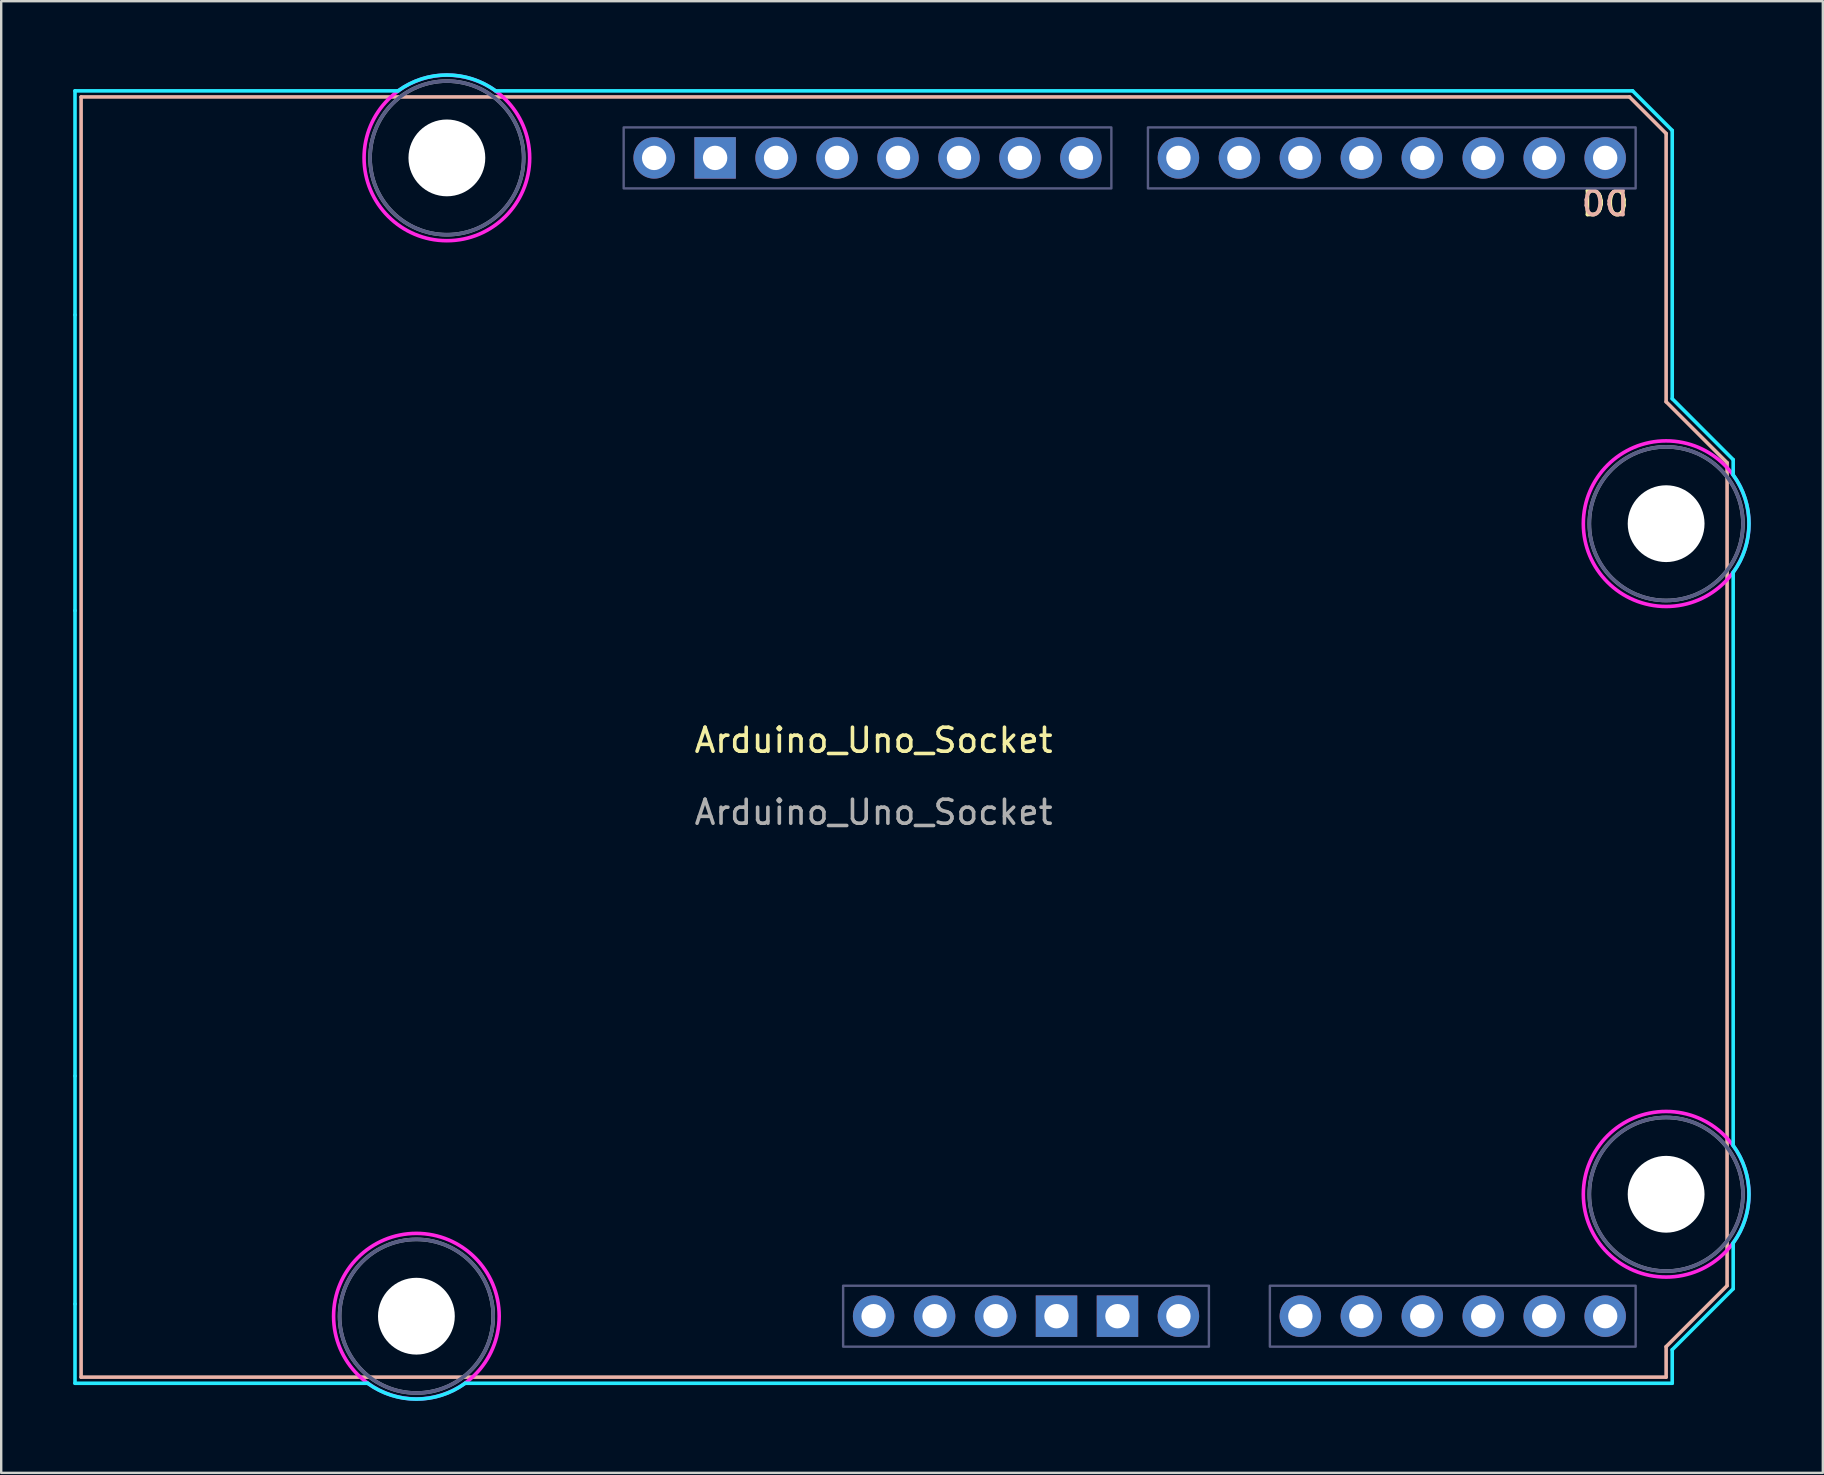
<source format=kicad_pcb>
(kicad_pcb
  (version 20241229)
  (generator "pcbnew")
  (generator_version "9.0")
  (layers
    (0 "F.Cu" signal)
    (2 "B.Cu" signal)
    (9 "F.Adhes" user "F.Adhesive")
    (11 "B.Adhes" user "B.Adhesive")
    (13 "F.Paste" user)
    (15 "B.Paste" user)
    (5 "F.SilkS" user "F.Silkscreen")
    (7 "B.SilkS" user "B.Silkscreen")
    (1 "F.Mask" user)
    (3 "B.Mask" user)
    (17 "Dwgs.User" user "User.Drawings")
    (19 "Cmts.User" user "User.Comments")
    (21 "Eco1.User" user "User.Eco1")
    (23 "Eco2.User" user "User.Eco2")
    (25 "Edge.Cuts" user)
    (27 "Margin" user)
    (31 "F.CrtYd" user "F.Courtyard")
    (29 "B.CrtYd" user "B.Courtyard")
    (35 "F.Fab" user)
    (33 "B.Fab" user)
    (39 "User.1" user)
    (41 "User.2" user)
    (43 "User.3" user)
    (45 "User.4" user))
  (footprint "Arduino_Uno_Socket"
    (layer "F.Cu")
    (at 33.349 28.294)
    (property "Reference" "Arduino_Uno_Socket" (at 0 -0.5 0) (unlocked yes) (layer "F.SilkS") (effects (font (size 1 1) (thickness 0.15))))
    (attr through_hole)
    (fp_line (start -33.02 -27.305) (end -33.02 26.035) (stroke (width 0.15) (type solid)) (layer "B.SilkS"))
    (fp_line (start -33.02 -27.305) (end 31.496 -27.305) (stroke (width 0.15) (type solid)) (layer "B.SilkS"))
    (fp_line (start -33.02 26.035) (end 33.02 26.035) (stroke (width 0.15) (type solid)) (layer "B.SilkS"))
    (fp_line (start 31.496 -27.305) (end 33.02 -25.781) (stroke (width 0.15) (type solid)) (layer "B.SilkS"))
    (fp_line (start 33.02 -14.605) (end 33.02 -25.781) (stroke (width 0.15) (type solid)) (layer "B.SilkS"))
    (fp_line (start 33.02 24.765) (end 35.56 22.225) (stroke (width 0.15) (type solid)) (layer "B.SilkS"))
    (fp_line (start 33.02 26.035) (end 33.02 24.765) (stroke (width 0.15) (type solid)) (layer "B.SilkS"))
    (fp_line (start 35.56 -12.065) (end 33.02 -14.605) (stroke (width 0.15) (type solid)) (layer "B.SilkS"))
    (fp_line (start 35.56 22.225) (end 35.56 -12.065) (stroke (width 0.15) (type solid)) (layer "B.SilkS"))
    (fp_line (start -33.274 -27.559) (end -33.274 -18.223) (stroke (width 0.15) (type solid)) (layer "B.CrtYd"))
    (fp_line (start -33.274 -5.905) (end -33.274 -18.223) (stroke (width 0.15) (type solid)) (layer "B.CrtYd"))
    (fp_line (start -33.274 -5.905) (end -33.274 13.487) (stroke (width 0.15) (type solid)) (layer "B.CrtYd"))
    (fp_line (start -33.274 13.487) (end -33.274 22.986) (stroke (width 0.15) (type solid)) (layer "B.CrtYd"))
    (fp_line (start -33.274 22.986) (end -33.274 26.289) (stroke (width 0.15) (type solid)) (layer "B.CrtYd"))
    (fp_line (start -21.082 26.289) (end -33.274 26.289) (stroke (width 0.15) (type solid)) (layer "B.CrtYd"))
    (fp_line (start -19.812 -27.559) (end -33.274 -27.559) (stroke (width 0.15) (type solid)) (layer "B.CrtYd"))
    (fp_line (start -17.018 26.289) (end 33.274 26.289) (stroke (width 0.15) (type solid)) (layer "B.CrtYd"))
    (fp_line (start -15.748 -27.559) (end 31.623 -27.559) (stroke (width 0.15) (type solid)) (layer "B.CrtYd"))
    (fp_line (start 31.623 -27.559) (end 33.274 -25.908) (stroke (width 0.15) (type solid)) (layer "B.CrtYd"))
    (fp_line (start 33.274 -14.732) (end 33.274 -25.908) (stroke (width 0.15) (type solid)) (layer "B.CrtYd"))
    (fp_line (start 33.274 24.892) (end 35.814 22.352) (stroke (width 0.15) (type solid)) (layer "B.CrtYd"))
    (fp_line (start 33.274 26.289) (end 33.274 24.892) (stroke (width 0.15) (type solid)) (layer "B.CrtYd"))
    (fp_line (start 35.814 -12.192) (end 33.274 -14.732) (stroke (width 0.15) (type solid)) (layer "B.CrtYd"))
    (fp_line (start 35.814 -12.192) (end 35.814 -11.557) (stroke (width 0.15) (type solid)) (layer "B.CrtYd"))
    (fp_line (start 35.814 16.383) (end 35.814 -7.493) (stroke (width 0.15) (type solid)) (layer "B.CrtYd"))
    (fp_line (start 35.814 20.447) (end 35.814 22.352) (stroke (width 0.15) (type solid)) (layer "B.CrtYd"))
    (fp_arc (start -19.812 -27.559) (mid -17.78 -28.219237) (end -15.748 -27.559) (stroke (width 0.15) (type solid)) (layer "B.CrtYd"))
    (fp_arc (start -17.018 26.289) (mid -19.05 26.949237) (end -21.082 26.289) (stroke (width 0.15) (type solid)) (layer "B.CrtYd"))
    (fp_arc (start 35.814 -11.557) (mid 36.474238 -9.525) (end 35.814 -7.493) (stroke (width 0.15) (type solid)) (layer "B.CrtYd"))
    (fp_arc (start 35.814 16.383) (mid 36.474238 18.415) (end 35.814 20.447) (stroke (width 0.15) (type solid)) (layer "B.CrtYd"))
    (fp_circle (center -19.05 23.495) (end -15.6 23.495) (stroke (width 0.15) (type solid)) (fill no) (layer "F.CrtYd"))
    (fp_circle (center -17.78 -24.765) (end -14.33 -24.765) (stroke (width 0.15) (type solid)) (fill no) (layer "F.CrtYd"))
    (fp_circle (center 33.02 -9.525) (end 36.47 -9.525) (stroke (width 0.15) (type solid)) (fill no) (layer "F.CrtYd"))
    (fp_circle (center 33.02 18.415) (end 36.47 18.415) (stroke (width 0.15) (type solid)) (fill no) (layer "F.CrtYd"))
    (fp_rect (start -10.414 -26.035) (end 9.906 -23.495) (stroke (width 0.1) (type solid)) (fill no) (layer "B.Fab"))
    (fp_rect (start -1.27 22.225) (end 13.97 24.765) (stroke (width 0.1) (type solid)) (fill no) (layer "B.Fab"))
    (fp_rect (start 11.43 -26.035) (end 31.75 -23.495) (stroke (width 0.1) (type solid)) (fill no) (layer "B.Fab"))
    (fp_rect (start 16.51 22.225) (end 31.75 24.765) (stroke (width 0.1) (type solid)) (fill no) (layer "B.Fab"))
    (fp_circle (center -19.05 23.495) (end -15.85 23.495) (stroke (width 0.15) (type solid)) (fill no) (layer "B.Fab"))
    (fp_circle (center -17.78 -24.765) (end -14.58 -24.765) (stroke (width 0.15) (type solid)) (fill no) (layer "B.Fab"))
    (fp_circle (center 33.02 -9.525) (end 36.22 -9.525) (stroke (width 0.15) (type solid)) (fill no) (layer "B.Fab"))
    (fp_circle (center 33.02 18.415) (end 36.22 18.415) (stroke (width 0.15) (type solid)) (fill no) (layer "B.Fab"))
    (fp_circle (center -19.05 23.495) (end -15.85 23.495) (stroke (width 0.15) (type solid)) (fill no) (layer "F.Fab"))
    (fp_circle (center -17.78 -24.765) (end -14.58 -24.765) (stroke (width 0.15) (type solid)) (fill no) (layer "F.Fab"))
    (fp_circle (center 33.02 -9.525) (end 36.22 -9.525) (stroke (width 0.15) (type solid)) (fill no) (layer "F.Fab"))
    (fp_circle (center 33.02 18.415) (end 36.22 18.415) (stroke (width 0.15) (type solid)) (fill no) (layer "F.Fab"))
    (fp_text user "D0" (at 30.48 -22.86 0) (unlocked yes) (layer "F.SilkS") (effects (font (size 1 1) (thickness 0.15))))
    (fp_text user "D0" (at 30.48 -22.86 0) (unlocked yes) (layer "B.SilkS") (effects (font (size 1 1) (thickness 0.15)) (justify mirror)))
    (fp_text user "${REFERENCE}" (at 0 2.5 0) (unlocked yes) (layer "F.Fab") (effects (font (size 1 1) (thickness 0.15))))
    (pad "" np_thru_hole circle (at -19.05 23.495) (size 3.2 3.2) (drill 3.2) (layers "*.Cu" "*.Mask"))
    (pad "" np_thru_hole circle (at -17.78 -24.765) (size 3.2 3.2) (drill 3.2) (layers "*.Cu" "*.Mask"))
    (pad "" np_thru_hole circle (at 33.02 -9.525) (size 3.2 3.2) (drill 3.2) (layers "*.Cu" "*.Mask"))
    (pad "" np_thru_hole circle (at 33.02 18.415) (size 3.2 3.2) (drill 3.2) (layers "*.Cu" "*.Mask"))
    (pad "3V3" thru_hole oval (at 2.54 23.495) (size 1.727 1.727) (drill 1.016) (layers "*.Cu" "*.Mask"))
    (pad "5V1" thru_hole oval (at 5.08 23.495) (size 1.727 1.727) (drill 1.016) (layers "*.Cu" "*.Mask"))
    (pad "A0" thru_hole oval (at 17.78 23.495) (size 1.727 1.727) (drill 1.016) (layers "*.Cu" "*.Mask"))
    (pad "A1" thru_hole oval (at 20.32 23.495) (size 1.727 1.727) (drill 1.016) (layers "*.Cu" "*.Mask"))
    (pad "A2" thru_hole oval (at 22.86 23.495) (size 1.727 1.727) (drill 1.016) (layers "*.Cu" "*.Mask"))
    (pad "A3" thru_hole oval (at 25.4 23.495) (size 1.727 1.727) (drill 1.016) (layers "*.Cu" "*.Mask"))
    (pad "A4" thru_hole oval (at 27.94 23.495) (size 1.727 1.727) (drill 1.016) (layers "*.Cu" "*.Mask"))
    (pad "A5" thru_hole oval (at 30.48 23.495) (size 1.727 1.727) (drill 1.016) (layers "*.Cu" "*.Mask"))
    (pad "AREF" thru_hole oval (at -9.144 -24.765) (size 1.727 1.727) (drill 1.016) (layers "*.Cu" "*.Mask"))
    (pad "D0" thru_hole oval (at 30.48 -24.765) (size 1.727 1.727) (drill 1.016) (layers "*.Cu" "*.Mask"))
    (pad "D1" thru_hole oval (at 27.94 -24.765) (size 1.727 1.727) (drill 1.016) (layers "*.Cu" "*.Mask"))
    (pad "D2" thru_hole oval (at 25.4 -24.765) (size 1.727 1.727) (drill 1.016) (layers "*.Cu" "*.Mask"))
    (pad "D3" thru_hole oval (at 22.86 -24.765) (size 1.727 1.727) (drill 1.016) (layers "*.Cu" "*.Mask"))
    (pad "D4" thru_hole oval (at 20.32 -24.765) (size 1.727 1.727) (drill 1.016) (layers "*.Cu" "*.Mask"))
    (pad "D5" thru_hole oval (at 17.78 -24.765) (size 1.727 1.727) (drill 1.016) (layers "*.Cu" "*.Mask"))
    (pad "D6" thru_hole oval (at 15.24 -24.765) (size 1.727 1.727) (drill 1.016) (layers "*.Cu" "*.Mask"))
    (pad "D7" thru_hole oval (at 12.7 -24.765) (size 1.727 1.727) (drill 1.016) (layers "*.Cu" "*.Mask"))
    (pad "D8" thru_hole oval (at 8.636 -24.765) (size 1.727 1.727) (drill 1.016) (layers "*.Cu" "*.Mask"))
    (pad "D9" thru_hole oval (at 6.096 -24.765) (size 1.727 1.727) (drill 1.016) (layers "*.Cu" "*.Mask"))
    (pad "D10" thru_hole oval (at 3.556 -24.765) (size 1.727 1.727) (drill 1.016) (layers "*.Cu" "*.Mask"))
    (pad "D11" thru_hole oval (at 1.016 -24.765) (size 1.727 1.727) (drill 1.016) (layers "*.Cu" "*.Mask"))
    (pad "D12" thru_hole oval (at -1.524 -24.765) (size 1.727 1.727) (drill 1.016) (layers "*.Cu" "*.Mask"))
    (pad "D13" thru_hole oval (at -4.064 -24.765) (size 1.727 1.727) (drill 1.016) (layers "*.Cu" "*.Mask"))
    (pad "GND1" thru_hole rect (at -6.604 -24.765) (size 1.727 1.727) (drill 1.016) (layers "*.Cu" "*.Mask"))
    (pad "GND2" thru_hole rect (at 7.62 23.495) (size 1.727 1.727) (drill 1.016) (layers "*.Cu" "*.Mask"))
    (pad "GND3" thru_hole rect (at 10.16 23.495) (size 1.727 1.727) (drill 1.016) (layers "*.Cu" "*.Mask"))
    (pad "RST1" thru_hole oval (at 0 23.495) (size 1.727 1.727) (drill 1.016) (layers "*.Cu" "*.Mask"))
    (pad "VIN" thru_hole oval (at 12.7 23.495) (size 1.727 1.727) (drill 1.016) (layers "*.Cu" "*.Mask")))
  (gr_rect
    (start -3 -3)
    (end 72.898 58.318)
    (stroke (width 0.1) (type default))
    (fill no)
    (layer "Edge.Cuts")))
</source>
